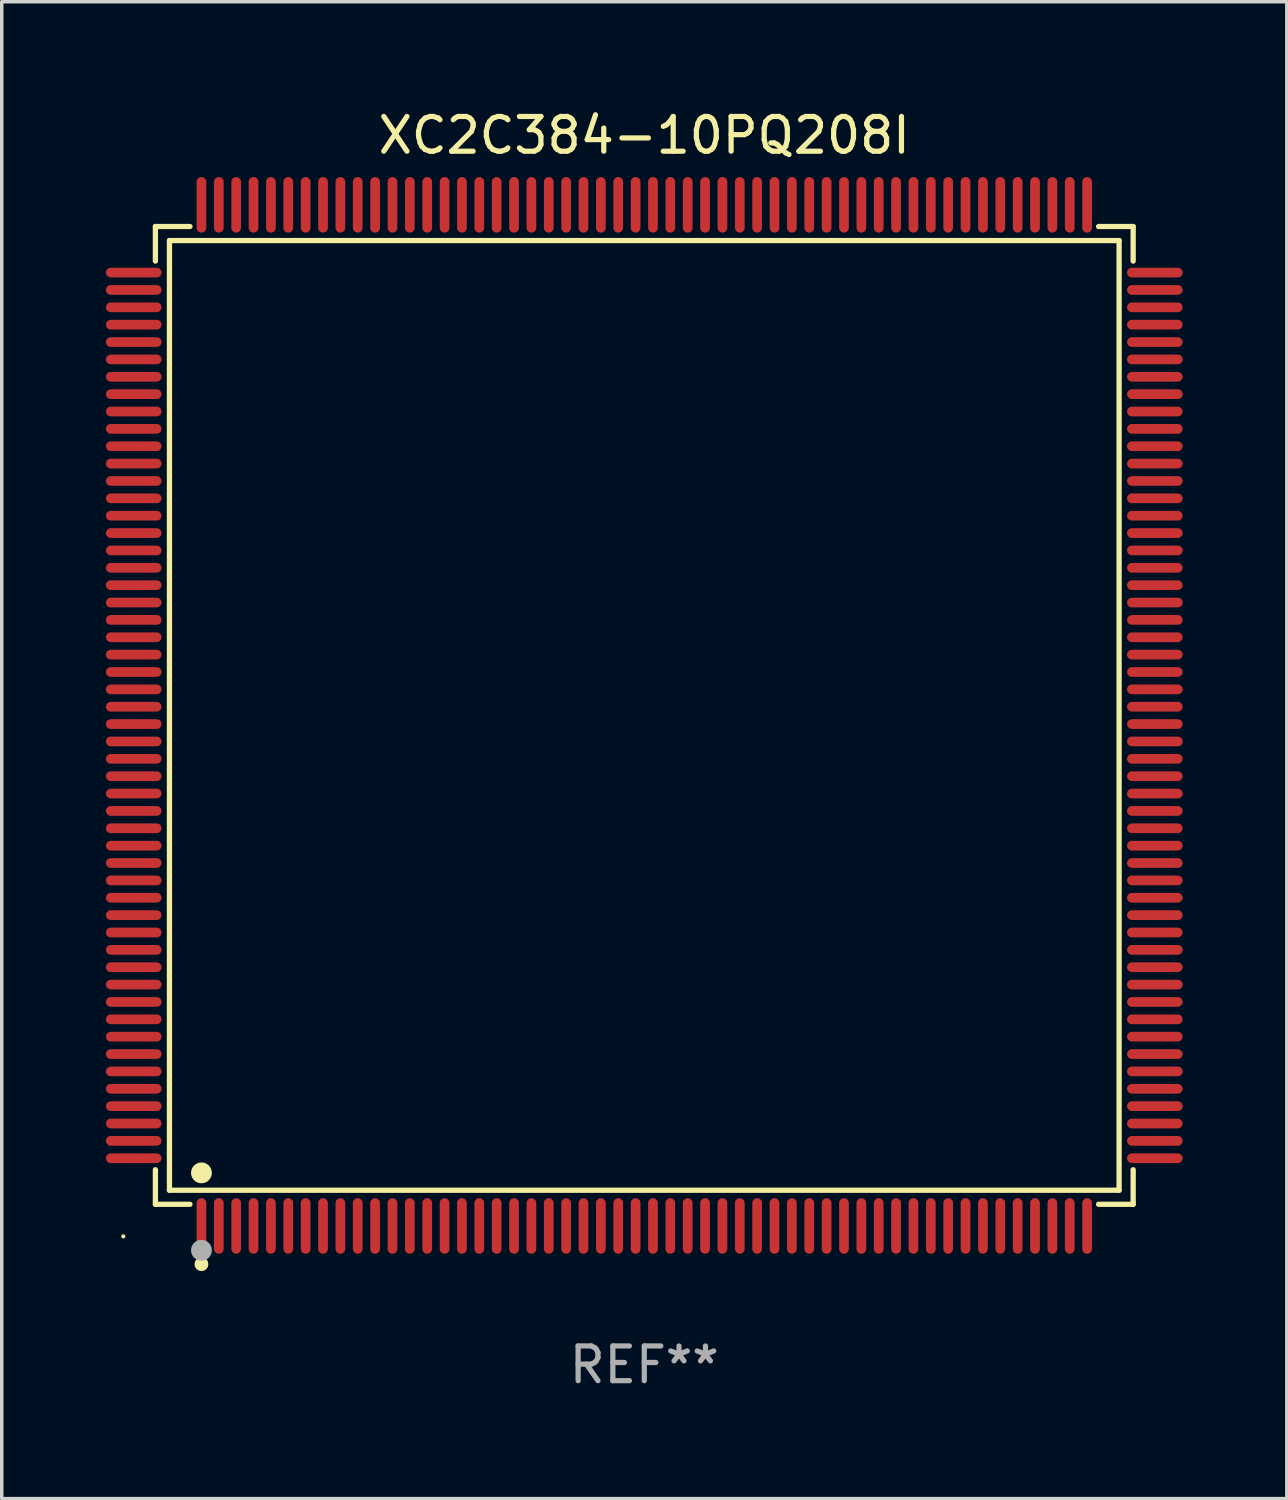
<source format=kicad_pcb>
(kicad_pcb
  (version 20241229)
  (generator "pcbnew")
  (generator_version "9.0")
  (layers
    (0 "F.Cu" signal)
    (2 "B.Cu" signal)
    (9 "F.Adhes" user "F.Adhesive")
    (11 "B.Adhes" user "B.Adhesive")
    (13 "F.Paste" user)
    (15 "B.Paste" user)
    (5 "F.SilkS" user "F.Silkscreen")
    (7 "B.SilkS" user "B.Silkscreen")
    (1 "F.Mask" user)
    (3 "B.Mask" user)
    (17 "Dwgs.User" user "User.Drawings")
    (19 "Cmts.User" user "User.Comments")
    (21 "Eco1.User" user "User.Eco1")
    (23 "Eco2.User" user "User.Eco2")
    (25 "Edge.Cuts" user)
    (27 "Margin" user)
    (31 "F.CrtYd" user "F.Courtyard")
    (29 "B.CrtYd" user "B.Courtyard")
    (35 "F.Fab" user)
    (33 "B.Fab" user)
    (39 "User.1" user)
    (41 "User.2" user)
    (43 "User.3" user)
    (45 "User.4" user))
  (footprint "XC2C384-10PQ208I"
    (layer "F.Cu")
    (at 15.5 17.548)
    (property "Reference" "XC2C384-10PQ208I" (at 0 -16.7 0) (layer "F.SilkS") (effects (font (size 1 1) (thickness 0.15))))
    (attr through_hole)
    (fp_line (start -14.076 -14.076) (end -13.081 -14.076) (stroke (width 0.152) (type solid)) (layer "F.SilkS"))
    (fp_line (start -14.076 -13.081) (end -14.076 -14.076) (stroke (width 0.152) (type solid)) (layer "F.SilkS"))
    (fp_line (start -14.076 13.081) (end -14.076 14.076) (stroke (width 0.152) (type solid)) (layer "F.SilkS"))
    (fp_line (start -14.076 14.076) (end -13.081 14.076) (stroke (width 0.152) (type solid)) (layer "F.SilkS"))
    (fp_line (start -13.671 -13.671) (end 13.671 -13.671) (stroke (width 0.152) (type solid)) (layer "F.SilkS"))
    (fp_line (start -13.671 13.671) (end -13.671 -13.671) (stroke (width 0.152) (type solid)) (layer "F.SilkS"))
    (fp_line (start 13.671 -13.671) (end 13.671 13.671) (stroke (width 0.152) (type solid)) (layer "F.SilkS"))
    (fp_line (start 13.671 13.671) (end -13.671 13.671) (stroke (width 0.152) (type solid)) (layer "F.SilkS"))
    (fp_line (start 14.076 -14.076) (end 13.081 -14.076) (stroke (width 0.152) (type solid)) (layer "F.SilkS"))
    (fp_line (start 14.076 -13.081) (end 14.076 -14.076) (stroke (width 0.152) (type solid)) (layer "F.SilkS"))
    (fp_line (start 14.076 13.081) (end 14.076 14.076) (stroke (width 0.152) (type solid)) (layer "F.SilkS"))
    (fp_line (start 14.076 14.076) (end 13.081 14.076) (stroke (width 0.152) (type solid)) (layer "F.SilkS"))
    (fp_circle (center -15 15) (end -14.97 15) (stroke (width 0.06) (type solid)) (fill no) (layer "F.SilkS"))
    (fp_circle (center -12.75 13.171) (end -12.6 13.171) (stroke (width 0.3) (type solid)) (fill no) (layer "F.SilkS"))
    (fp_circle (center -12.75 15.8) (end -12.65 15.8) (stroke (width 0.2) (type solid)) (fill no) (layer "F.SilkS"))
    (fp_circle (center -12.75 15.4) (end -12.6 15.4) (stroke (width 0.3) (type solid)) (fill no) (layer "F.Fab"))
    (fp_text user "REF**" (at 0 18.7 0) (layer "F.Fab") (effects (font (size 1 1) (thickness 0.15))))
    (pad "1" smd oval (at -12.75 14.7) (size 0.28 1.6) (layers "F.Cu" "F.Mask" "F.Paste"))
    (pad "2" smd oval (at -12.25 14.7) (size 0.28 1.6) (layers "F.Cu" "F.Mask" "F.Paste"))
    (pad "3" smd oval (at -11.75 14.7) (size 0.28 1.6) (layers "F.Cu" "F.Mask" "F.Paste"))
    (pad "4" smd oval (at -11.25 14.7) (size 0.28 1.6) (layers "F.Cu" "F.Mask" "F.Paste"))
    (pad "5" smd oval (at -10.75 14.7) (size 0.28 1.6) (layers "F.Cu" "F.Mask" "F.Paste"))
    (pad "6" smd oval (at -10.25 14.7) (size 0.28 1.6) (layers "F.Cu" "F.Mask" "F.Paste"))
    (pad "7" smd oval (at -9.75 14.7) (size 0.28 1.6) (layers "F.Cu" "F.Mask" "F.Paste"))
    (pad "8" smd oval (at -9.25 14.7) (size 0.28 1.6) (layers "F.Cu" "F.Mask" "F.Paste"))
    (pad "9" smd oval (at -8.75 14.7) (size 0.28 1.6) (layers "F.Cu" "F.Mask" "F.Paste"))
    (pad "10" smd oval (at -8.25 14.7) (size 0.28 1.6) (layers "F.Cu" "F.Mask" "F.Paste"))
    (pad "11" smd oval (at -7.75 14.7) (size 0.28 1.6) (layers "F.Cu" "F.Mask" "F.Paste"))
    (pad "12" smd oval (at -7.25 14.7) (size 0.28 1.6) (layers "F.Cu" "F.Mask" "F.Paste"))
    (pad "13" smd oval (at -6.75 14.7) (size 0.28 1.6) (layers "F.Cu" "F.Mask" "F.Paste"))
    (pad "14" smd oval (at -6.25 14.7) (size 0.28 1.6) (layers "F.Cu" "F.Mask" "F.Paste"))
    (pad "15" smd oval (at -5.75 14.7) (size 0.28 1.6) (layers "F.Cu" "F.Mask" "F.Paste"))
    (pad "16" smd oval (at -5.25 14.7) (size 0.28 1.6) (layers "F.Cu" "F.Mask" "F.Paste"))
    (pad "17" smd oval (at -4.75 14.7) (size 0.28 1.6) (layers "F.Cu" "F.Mask" "F.Paste"))
    (pad "18" smd oval (at -4.25 14.7) (size 0.28 1.6) (layers "F.Cu" "F.Mask" "F.Paste"))
    (pad "19" smd oval (at -3.75 14.7) (size 0.28 1.6) (layers "F.Cu" "F.Mask" "F.Paste"))
    (pad "20" smd oval (at -3.25 14.7) (size 0.28 1.6) (layers "F.Cu" "F.Mask" "F.Paste"))
    (pad "21" smd oval (at -2.75 14.7) (size 0.28 1.6) (layers "F.Cu" "F.Mask" "F.Paste"))
    (pad "22" smd oval (at -2.25 14.7) (size 0.28 1.6) (layers "F.Cu" "F.Mask" "F.Paste"))
    (pad "23" smd oval (at -1.75 14.7) (size 0.28 1.6) (layers "F.Cu" "F.Mask" "F.Paste"))
    (pad "24" smd oval (at -1.25 14.7) (size 0.28 1.6) (layers "F.Cu" "F.Mask" "F.Paste"))
    (pad "25" smd oval (at -0.75 14.7) (size 0.28 1.6) (layers "F.Cu" "F.Mask" "F.Paste"))
    (pad "26" smd oval (at -0.25 14.7) (size 0.28 1.6) (layers "F.Cu" "F.Mask" "F.Paste"))
    (pad "27" smd oval (at 0.25 14.7) (size 0.28 1.6) (layers "F.Cu" "F.Mask" "F.Paste"))
    (pad "28" smd oval (at 0.75 14.7) (size 0.28 1.6) (layers "F.Cu" "F.Mask" "F.Paste"))
    (pad "29" smd oval (at 1.25 14.7) (size 0.28 1.6) (layers "F.Cu" "F.Mask" "F.Paste"))
    (pad "30" smd oval (at 1.75 14.7) (size 0.28 1.6) (layers "F.Cu" "F.Mask" "F.Paste"))
    (pad "31" smd oval (at 2.25 14.7) (size 0.28 1.6) (layers "F.Cu" "F.Mask" "F.Paste"))
    (pad "32" smd oval (at 2.75 14.7) (size 0.28 1.6) (layers "F.Cu" "F.Mask" "F.Paste"))
    (pad "33" smd oval (at 3.25 14.7) (size 0.28 1.6) (layers "F.Cu" "F.Mask" "F.Paste"))
    (pad "34" smd oval (at 3.75 14.7) (size 0.28 1.6) (layers "F.Cu" "F.Mask" "F.Paste"))
    (pad "35" smd oval (at 4.25 14.7) (size 0.28 1.6) (layers "F.Cu" "F.Mask" "F.Paste"))
    (pad "36" smd oval (at 4.75 14.7) (size 0.28 1.6) (layers "F.Cu" "F.Mask" "F.Paste"))
    (pad "37" smd oval (at 5.25 14.7) (size 0.28 1.6) (layers "F.Cu" "F.Mask" "F.Paste"))
    (pad "38" smd oval (at 5.75 14.7) (size 0.28 1.6) (layers "F.Cu" "F.Mask" "F.Paste"))
    (pad "39" smd oval (at 6.25 14.7) (size 0.28 1.6) (layers "F.Cu" "F.Mask" "F.Paste"))
    (pad "40" smd oval (at 6.75 14.7) (size 0.28 1.6) (layers "F.Cu" "F.Mask" "F.Paste"))
    (pad "41" smd oval (at 7.25 14.7) (size 0.28 1.6) (layers "F.Cu" "F.Mask" "F.Paste"))
    (pad "42" smd oval (at 7.75 14.7) (size 0.28 1.6) (layers "F.Cu" "F.Mask" "F.Paste"))
    (pad "43" smd oval (at 8.25 14.7) (size 0.28 1.6) (layers "F.Cu" "F.Mask" "F.Paste"))
    (pad "44" smd oval (at 8.75 14.7) (size 0.28 1.6) (layers "F.Cu" "F.Mask" "F.Paste"))
    (pad "45" smd oval (at 9.25 14.7) (size 0.28 1.6) (layers "F.Cu" "F.Mask" "F.Paste"))
    (pad "46" smd oval (at 9.75 14.7) (size 0.28 1.6) (layers "F.Cu" "F.Mask" "F.Paste"))
    (pad "47" smd oval (at 10.25 14.7) (size 0.28 1.6) (layers "F.Cu" "F.Mask" "F.Paste"))
    (pad "48" smd oval (at 10.75 14.7) (size 0.28 1.6) (layers "F.Cu" "F.Mask" "F.Paste"))
    (pad "49" smd oval (at 11.25 14.7) (size 0.28 1.6) (layers "F.Cu" "F.Mask" "F.Paste"))
    (pad "50" smd oval (at 11.75 14.7) (size 0.28 1.6) (layers "F.Cu" "F.Mask" "F.Paste"))
    (pad "51" smd oval (at 12.25 14.7) (size 0.28 1.6) (layers "F.Cu" "F.Mask" "F.Paste"))
    (pad "52" smd oval (at 12.75 14.7) (size 0.28 1.6) (layers "F.Cu" "F.Mask" "F.Paste"))
    (pad "53" smd oval (at 14.7 12.75) (size 1.6 0.28) (layers "F.Cu" "F.Mask" "F.Paste"))
    (pad "54" smd oval (at 14.7 12.25) (size 1.6 0.28) (layers "F.Cu" "F.Mask" "F.Paste"))
    (pad "55" smd oval (at 14.7 11.75) (size 1.6 0.28) (layers "F.Cu" "F.Mask" "F.Paste"))
    (pad "56" smd oval (at 14.7 11.25) (size 1.6 0.28) (layers "F.Cu" "F.Mask" "F.Paste"))
    (pad "57" smd oval (at 14.7 10.75) (size 1.6 0.28) (layers "F.Cu" "F.Mask" "F.Paste"))
    (pad "58" smd oval (at 14.7 10.25) (size 1.6 0.28) (layers "F.Cu" "F.Mask" "F.Paste"))
    (pad "59" smd oval (at 14.7 9.75) (size 1.6 0.28) (layers "F.Cu" "F.Mask" "F.Paste"))
    (pad "60" smd oval (at 14.7 9.25) (size 1.6 0.28) (layers "F.Cu" "F.Mask" "F.Paste"))
    (pad "61" smd oval (at 14.7 8.75) (size 1.6 0.28) (layers "F.Cu" "F.Mask" "F.Paste"))
    (pad "62" smd oval (at 14.7 8.25) (size 1.6 0.28) (layers "F.Cu" "F.Mask" "F.Paste"))
    (pad "63" smd oval (at 14.7 7.75) (size 1.6 0.28) (layers "F.Cu" "F.Mask" "F.Paste"))
    (pad "64" smd oval (at 14.7 7.25) (size 1.6 0.28) (layers "F.Cu" "F.Mask" "F.Paste"))
    (pad "65" smd oval (at 14.7 6.75) (size 1.6 0.28) (layers "F.Cu" "F.Mask" "F.Paste"))
    (pad "66" smd oval (at 14.7 6.25) (size 1.6 0.28) (layers "F.Cu" "F.Mask" "F.Paste"))
    (pad "67" smd oval (at 14.7 5.75) (size 1.6 0.28) (layers "F.Cu" "F.Mask" "F.Paste"))
    (pad "68" smd oval (at 14.7 5.25) (size 1.6 0.28) (layers "F.Cu" "F.Mask" "F.Paste"))
    (pad "69" smd oval (at 14.7 4.75) (size 1.6 0.28) (layers "F.Cu" "F.Mask" "F.Paste"))
    (pad "70" smd oval (at 14.7 4.25) (size 1.6 0.28) (layers "F.Cu" "F.Mask" "F.Paste"))
    (pad "71" smd oval (at 14.7 3.75) (size 1.6 0.28) (layers "F.Cu" "F.Mask" "F.Paste"))
    (pad "72" smd oval (at 14.7 3.25) (size 1.6 0.28) (layers "F.Cu" "F.Mask" "F.Paste"))
    (pad "73" smd oval (at 14.7 2.75) (size 1.6 0.28) (layers "F.Cu" "F.Mask" "F.Paste"))
    (pad "74" smd oval (at 14.7 2.25) (size 1.6 0.28) (layers "F.Cu" "F.Mask" "F.Paste"))
    (pad "75" smd oval (at 14.7 1.75) (size 1.6 0.28) (layers "F.Cu" "F.Mask" "F.Paste"))
    (pad "76" smd oval (at 14.7 1.25) (size 1.6 0.28) (layers "F.Cu" "F.Mask" "F.Paste"))
    (pad "77" smd oval (at 14.7 0.75) (size 1.6 0.28) (layers "F.Cu" "F.Mask" "F.Paste"))
    (pad "78" smd oval (at 14.7 0.25) (size 1.6 0.28) (layers "F.Cu" "F.Mask" "F.Paste"))
    (pad "79" smd oval (at 14.7 -0.25) (size 1.6 0.28) (layers "F.Cu" "F.Mask" "F.Paste"))
    (pad "80" smd oval (at 14.7 -0.75) (size 1.6 0.28) (layers "F.Cu" "F.Mask" "F.Paste"))
    (pad "81" smd oval (at 14.7 -1.25) (size 1.6 0.28) (layers "F.Cu" "F.Mask" "F.Paste"))
    (pad "82" smd oval (at 14.7 -1.75) (size 1.6 0.28) (layers "F.Cu" "F.Mask" "F.Paste"))
    (pad "83" smd oval (at 14.7 -2.25) (size 1.6 0.28) (layers "F.Cu" "F.Mask" "F.Paste"))
    (pad "84" smd oval (at 14.7 -2.75) (size 1.6 0.28) (layers "F.Cu" "F.Mask" "F.Paste"))
    (pad "85" smd oval (at 14.7 -3.25) (size 1.6 0.28) (layers "F.Cu" "F.Mask" "F.Paste"))
    (pad "86" smd oval (at 14.7 -3.75) (size 1.6 0.28) (layers "F.Cu" "F.Mask" "F.Paste"))
    (pad "87" smd oval (at 14.7 -4.25) (size 1.6 0.28) (layers "F.Cu" "F.Mask" "F.Paste"))
    (pad "88" smd oval (at 14.7 -4.75) (size 1.6 0.28) (layers "F.Cu" "F.Mask" "F.Paste"))
    (pad "89" smd oval (at 14.7 -5.25) (size 1.6 0.28) (layers "F.Cu" "F.Mask" "F.Paste"))
    (pad "90" smd oval (at 14.7 -5.75) (size 1.6 0.28) (layers "F.Cu" "F.Mask" "F.Paste"))
    (pad "91" smd oval (at 14.7 -6.25) (size 1.6 0.28) (layers "F.Cu" "F.Mask" "F.Paste"))
    (pad "92" smd oval (at 14.7 -6.75) (size 1.6 0.28) (layers "F.Cu" "F.Mask" "F.Paste"))
    (pad "93" smd oval (at 14.7 -7.25) (size 1.6 0.28) (layers "F.Cu" "F.Mask" "F.Paste"))
    (pad "94" smd oval (at 14.7 -7.75) (size 1.6 0.28) (layers "F.Cu" "F.Mask" "F.Paste"))
    (pad "95" smd oval (at 14.7 -8.25) (size 1.6 0.28) (layers "F.Cu" "F.Mask" "F.Paste"))
    (pad "96" smd oval (at 14.7 -8.75) (size 1.6 0.28) (layers "F.Cu" "F.Mask" "F.Paste"))
    (pad "97" smd oval (at 14.7 -9.25) (size 1.6 0.28) (layers "F.Cu" "F.Mask" "F.Paste"))
    (pad "98" smd oval (at 14.7 -9.75) (size 1.6 0.28) (layers "F.Cu" "F.Mask" "F.Paste"))
    (pad "99" smd oval (at 14.7 -10.25) (size 1.6 0.28) (layers "F.Cu" "F.Mask" "F.Paste"))
    (pad "100" smd oval (at 14.7 -10.75) (size 1.6 0.28) (layers "F.Cu" "F.Mask" "F.Paste"))
    (pad "101" smd oval (at 14.7 -11.25) (size 1.6 0.28) (layers "F.Cu" "F.Mask" "F.Paste"))
    (pad "102" smd oval (at 14.7 -11.75) (size 1.6 0.28) (layers "F.Cu" "F.Mask" "F.Paste"))
    (pad "103" smd oval (at 14.7 -12.25) (size 1.6 0.28) (layers "F.Cu" "F.Mask" "F.Paste"))
    (pad "104" smd oval (at 14.7 -12.75) (size 1.6 0.28) (layers "F.Cu" "F.Mask" "F.Paste"))
    (pad "105" smd oval (at 12.75 -14.7) (size 0.28 1.6) (layers "F.Cu" "F.Mask" "F.Paste"))
    (pad "106" smd oval (at 12.25 -14.7) (size 0.28 1.6) (layers "F.Cu" "F.Mask" "F.Paste"))
    (pad "107" smd oval (at 11.75 -14.7) (size 0.28 1.6) (layers "F.Cu" "F.Mask" "F.Paste"))
    (pad "108" smd oval (at 11.25 -14.7) (size 0.28 1.6) (layers "F.Cu" "F.Mask" "F.Paste"))
    (pad "109" smd oval (at 10.75 -14.7) (size 0.28 1.6) (layers "F.Cu" "F.Mask" "F.Paste"))
    (pad "110" smd oval (at 10.25 -14.7) (size 0.28 1.6) (layers "F.Cu" "F.Mask" "F.Paste"))
    (pad "111" smd oval (at 9.75 -14.7) (size 0.28 1.6) (layers "F.Cu" "F.Mask" "F.Paste"))
    (pad "112" smd oval (at 9.25 -14.7) (size 0.28 1.6) (layers "F.Cu" "F.Mask" "F.Paste"))
    (pad "113" smd oval (at 8.75 -14.7) (size 0.28 1.6) (layers "F.Cu" "F.Mask" "F.Paste"))
    (pad "114" smd oval (at 8.25 -14.7) (size 0.28 1.6) (layers "F.Cu" "F.Mask" "F.Paste"))
    (pad "115" smd oval (at 7.75 -14.7) (size 0.28 1.6) (layers "F.Cu" "F.Mask" "F.Paste"))
    (pad "116" smd oval (at 7.25 -14.7) (size 0.28 1.6) (layers "F.Cu" "F.Mask" "F.Paste"))
    (pad "117" smd oval (at 6.75 -14.7) (size 0.28 1.6) (layers "F.Cu" "F.Mask" "F.Paste"))
    (pad "118" smd oval (at 6.25 -14.7) (size 0.28 1.6) (layers "F.Cu" "F.Mask" "F.Paste"))
    (pad "119" smd oval (at 5.75 -14.7) (size 0.28 1.6) (layers "F.Cu" "F.Mask" "F.Paste"))
    (pad "120" smd oval (at 5.25 -14.7) (size 0.28 1.6) (layers "F.Cu" "F.Mask" "F.Paste"))
    (pad "121" smd oval (at 4.75 -14.7) (size 0.28 1.6) (layers "F.Cu" "F.Mask" "F.Paste"))
    (pad "122" smd oval (at 4.25 -14.7) (size 0.28 1.6) (layers "F.Cu" "F.Mask" "F.Paste"))
    (pad "123" smd oval (at 3.75 -14.7) (size 0.28 1.6) (layers "F.Cu" "F.Mask" "F.Paste"))
    (pad "124" smd oval (at 3.25 -14.7) (size 0.28 1.6) (layers "F.Cu" "F.Mask" "F.Paste"))
    (pad "125" smd oval (at 2.75 -14.7) (size 0.28 1.6) (layers "F.Cu" "F.Mask" "F.Paste"))
    (pad "126" smd oval (at 2.25 -14.7) (size 0.28 1.6) (layers "F.Cu" "F.Mask" "F.Paste"))
    (pad "127" smd oval (at 1.75 -14.7) (size 0.28 1.6) (layers "F.Cu" "F.Mask" "F.Paste"))
    (pad "128" smd oval (at 1.25 -14.7) (size 0.28 1.6) (layers "F.Cu" "F.Mask" "F.Paste"))
    (pad "129" smd oval (at 0.75 -14.7) (size 0.28 1.6) (layers "F.Cu" "F.Mask" "F.Paste"))
    (pad "130" smd oval (at 0.25 -14.7) (size 0.28 1.6) (layers "F.Cu" "F.Mask" "F.Paste"))
    (pad "131" smd oval (at -0.25 -14.7) (size 0.28 1.6) (layers "F.Cu" "F.Mask" "F.Paste"))
    (pad "132" smd oval (at -0.75 -14.7) (size 0.28 1.6) (layers "F.Cu" "F.Mask" "F.Paste"))
    (pad "133" smd oval (at -1.25 -14.7) (size 0.28 1.6) (layers "F.Cu" "F.Mask" "F.Paste"))
    (pad "134" smd oval (at -1.75 -14.7) (size 0.28 1.6) (layers "F.Cu" "F.Mask" "F.Paste"))
    (pad "135" smd oval (at -2.25 -14.7) (size 0.28 1.6) (layers "F.Cu" "F.Mask" "F.Paste"))
    (pad "136" smd oval (at -2.75 -14.7) (size 0.28 1.6) (layers "F.Cu" "F.Mask" "F.Paste"))
    (pad "137" smd oval (at -3.25 -14.7) (size 0.28 1.6) (layers "F.Cu" "F.Mask" "F.Paste"))
    (pad "138" smd oval (at -3.75 -14.7) (size 0.28 1.6) (layers "F.Cu" "F.Mask" "F.Paste"))
    (pad "139" smd oval (at -4.25 -14.7) (size 0.28 1.6) (layers "F.Cu" "F.Mask" "F.Paste"))
    (pad "140" smd oval (at -4.75 -14.7) (size 0.28 1.6) (layers "F.Cu" "F.Mask" "F.Paste"))
    (pad "141" smd oval (at -5.25 -14.7) (size 0.28 1.6) (layers "F.Cu" "F.Mask" "F.Paste"))
    (pad "142" smd oval (at -5.75 -14.7) (size 0.28 1.6) (layers "F.Cu" "F.Mask" "F.Paste"))
    (pad "143" smd oval (at -6.25 -14.7) (size 0.28 1.6) (layers "F.Cu" "F.Mask" "F.Paste"))
    (pad "144" smd oval (at -6.75 -14.7) (size 0.28 1.6) (layers "F.Cu" "F.Mask" "F.Paste"))
    (pad "145" smd oval (at -7.25 -14.7) (size 0.28 1.6) (layers "F.Cu" "F.Mask" "F.Paste"))
    (pad "146" smd oval (at -7.75 -14.7) (size 0.28 1.6) (layers "F.Cu" "F.Mask" "F.Paste"))
    (pad "147" smd oval (at -8.25 -14.7) (size 0.28 1.6) (layers "F.Cu" "F.Mask" "F.Paste"))
    (pad "148" smd oval (at -8.75 -14.7) (size 0.28 1.6) (layers "F.Cu" "F.Mask" "F.Paste"))
    (pad "149" smd oval (at -9.25 -14.7) (size 0.28 1.6) (layers "F.Cu" "F.Mask" "F.Paste"))
    (pad "150" smd oval (at -9.75 -14.7) (size 0.28 1.6) (layers "F.Cu" "F.Mask" "F.Paste"))
    (pad "151" smd oval (at -10.25 -14.7) (size 0.28 1.6) (layers "F.Cu" "F.Mask" "F.Paste"))
    (pad "152" smd oval (at -10.75 -14.7) (size 0.28 1.6) (layers "F.Cu" "F.Mask" "F.Paste"))
    (pad "153" smd oval (at -11.25 -14.7) (size 0.28 1.6) (layers "F.Cu" "F.Mask" "F.Paste"))
    (pad "154" smd oval (at -11.75 -14.7) (size 0.28 1.6) (layers "F.Cu" "F.Mask" "F.Paste"))
    (pad "155" smd oval (at -12.25 -14.7) (size 0.28 1.6) (layers "F.Cu" "F.Mask" "F.Paste"))
    (pad "156" smd oval (at -12.75 -14.7) (size 0.28 1.6) (layers "F.Cu" "F.Mask" "F.Paste"))
    (pad "157" smd oval (at -14.7 -12.75) (size 1.6 0.28) (layers "F.Cu" "F.Mask" "F.Paste"))
    (pad "158" smd oval (at -14.7 -12.25) (size 1.6 0.28) (layers "F.Cu" "F.Mask" "F.Paste"))
    (pad "159" smd oval (at -14.7 -11.75) (size 1.6 0.28) (layers "F.Cu" "F.Mask" "F.Paste"))
    (pad "160" smd oval (at -14.7 -11.25) (size 1.6 0.28) (layers "F.Cu" "F.Mask" "F.Paste"))
    (pad "161" smd oval (at -14.7 -10.75) (size 1.6 0.28) (layers "F.Cu" "F.Mask" "F.Paste"))
    (pad "162" smd oval (at -14.7 -10.25) (size 1.6 0.28) (layers "F.Cu" "F.Mask" "F.Paste"))
    (pad "163" smd oval (at -14.7 -9.75) (size 1.6 0.28) (layers "F.Cu" "F.Mask" "F.Paste"))
    (pad "164" smd oval (at -14.7 -9.25) (size 1.6 0.28) (layers "F.Cu" "F.Mask" "F.Paste"))
    (pad "165" smd oval (at -14.7 -8.75) (size 1.6 0.28) (layers "F.Cu" "F.Mask" "F.Paste"))
    (pad "166" smd oval (at -14.7 -8.25) (size 1.6 0.28) (layers "F.Cu" "F.Mask" "F.Paste"))
    (pad "167" smd oval (at -14.7 -7.75) (size 1.6 0.28) (layers "F.Cu" "F.Mask" "F.Paste"))
    (pad "168" smd oval (at -14.7 -7.25) (size 1.6 0.28) (layers "F.Cu" "F.Mask" "F.Paste"))
    (pad "169" smd oval (at -14.7 -6.75) (size 1.6 0.28) (layers "F.Cu" "F.Mask" "F.Paste"))
    (pad "170" smd oval (at -14.7 -6.25) (size 1.6 0.28) (layers "F.Cu" "F.Mask" "F.Paste"))
    (pad "171" smd oval (at -14.7 -5.75) (size 1.6 0.28) (layers "F.Cu" "F.Mask" "F.Paste"))
    (pad "172" smd oval (at -14.7 -5.25) (size 1.6 0.28) (layers "F.Cu" "F.Mask" "F.Paste"))
    (pad "173" smd oval (at -14.7 -4.75) (size 1.6 0.28) (layers "F.Cu" "F.Mask" "F.Paste"))
    (pad "174" smd oval (at -14.7 -4.25) (size 1.6 0.28) (layers "F.Cu" "F.Mask" "F.Paste"))
    (pad "175" smd oval (at -14.7 -3.75) (size 1.6 0.28) (layers "F.Cu" "F.Mask" "F.Paste"))
    (pad "176" smd oval (at -14.7 -3.25) (size 1.6 0.28) (layers "F.Cu" "F.Mask" "F.Paste"))
    (pad "177" smd oval (at -14.7 -2.75) (size 1.6 0.28) (layers "F.Cu" "F.Mask" "F.Paste"))
    (pad "178" smd oval (at -14.7 -2.25) (size 1.6 0.28) (layers "F.Cu" "F.Mask" "F.Paste"))
    (pad "179" smd oval (at -14.7 -1.75) (size 1.6 0.28) (layers "F.Cu" "F.Mask" "F.Paste"))
    (pad "180" smd oval (at -14.7 -1.25) (size 1.6 0.28) (layers "F.Cu" "F.Mask" "F.Paste"))
    (pad "181" smd oval (at -14.7 -0.75) (size 1.6 0.28) (layers "F.Cu" "F.Mask" "F.Paste"))
    (pad "182" smd oval (at -14.7 -0.25) (size 1.6 0.28) (layers "F.Cu" "F.Mask" "F.Paste"))
    (pad "183" smd oval (at -14.7 0.25) (size 1.6 0.28) (layers "F.Cu" "F.Mask" "F.Paste"))
    (pad "184" smd oval (at -14.7 0.75) (size 1.6 0.28) (layers "F.Cu" "F.Mask" "F.Paste"))
    (pad "185" smd oval (at -14.7 1.25) (size 1.6 0.28) (layers "F.Cu" "F.Mask" "F.Paste"))
    (pad "186" smd oval (at -14.7 1.75) (size 1.6 0.28) (layers "F.Cu" "F.Mask" "F.Paste"))
    (pad "187" smd oval (at -14.7 2.25) (size 1.6 0.28) (layers "F.Cu" "F.Mask" "F.Paste"))
    (pad "188" smd oval (at -14.7 2.75) (size 1.6 0.28) (layers "F.Cu" "F.Mask" "F.Paste"))
    (pad "189" smd oval (at -14.7 3.25) (size 1.6 0.28) (layers "F.Cu" "F.Mask" "F.Paste"))
    (pad "190" smd oval (at -14.7 3.75) (size 1.6 0.28) (layers "F.Cu" "F.Mask" "F.Paste"))
    (pad "191" smd oval (at -14.7 4.25) (size 1.6 0.28) (layers "F.Cu" "F.Mask" "F.Paste"))
    (pad "192" smd oval (at -14.7 4.75) (size 1.6 0.28) (layers "F.Cu" "F.Mask" "F.Paste"))
    (pad "193" smd oval (at -14.7 5.25) (size 1.6 0.28) (layers "F.Cu" "F.Mask" "F.Paste"))
    (pad "194" smd oval (at -14.7 5.75) (size 1.6 0.28) (layers "F.Cu" "F.Mask" "F.Paste"))
    (pad "195" smd oval (at -14.7 6.25) (size 1.6 0.28) (layers "F.Cu" "F.Mask" "F.Paste"))
    (pad "196" smd oval (at -14.7 6.75) (size 1.6 0.28) (layers "F.Cu" "F.Mask" "F.Paste"))
    (pad "197" smd oval (at -14.7 7.25) (size 1.6 0.28) (layers "F.Cu" "F.Mask" "F.Paste"))
    (pad "198" smd oval (at -14.7 7.75) (size 1.6 0.28) (layers "F.Cu" "F.Mask" "F.Paste"))
    (pad "199" smd oval (at -14.7 8.25) (size 1.6 0.28) (layers "F.Cu" "F.Mask" "F.Paste"))
    (pad "200" smd oval (at -14.7 8.75) (size 1.6 0.28) (layers "F.Cu" "F.Mask" "F.Paste"))
    (pad "201" smd oval (at -14.7 9.25) (size 1.6 0.28) (layers "F.Cu" "F.Mask" "F.Paste"))
    (pad "202" smd oval (at -14.7 9.75) (size 1.6 0.28) (layers "F.Cu" "F.Mask" "F.Paste"))
    (pad "203" smd oval (at -14.7 10.25) (size 1.6 0.28) (layers "F.Cu" "F.Mask" "F.Paste"))
    (pad "204" smd oval (at -14.7 10.75) (size 1.6 0.28) (layers "F.Cu" "F.Mask" "F.Paste"))
    (pad "205" smd oval (at -14.7 11.25) (size 1.6 0.28) (layers "F.Cu" "F.Mask" "F.Paste"))
    (pad "206" smd oval (at -14.7 11.75) (size 1.6 0.28) (layers "F.Cu" "F.Mask" "F.Paste"))
    (pad "207" smd oval (at -14.7 12.25) (size 1.6 0.28) (layers "F.Cu" "F.Mask" "F.Paste"))
    (pad "208" smd oval (at -14.7 12.75) (size 1.6 0.28) (layers "F.Cu" "F.Mask" "F.Paste")))
  (gr_rect
    (start -3 -3)
    (end 34 40.097)
    (stroke (width 0.1) (type default))
    (fill no)
    (layer "Edge.Cuts")))
</source>
